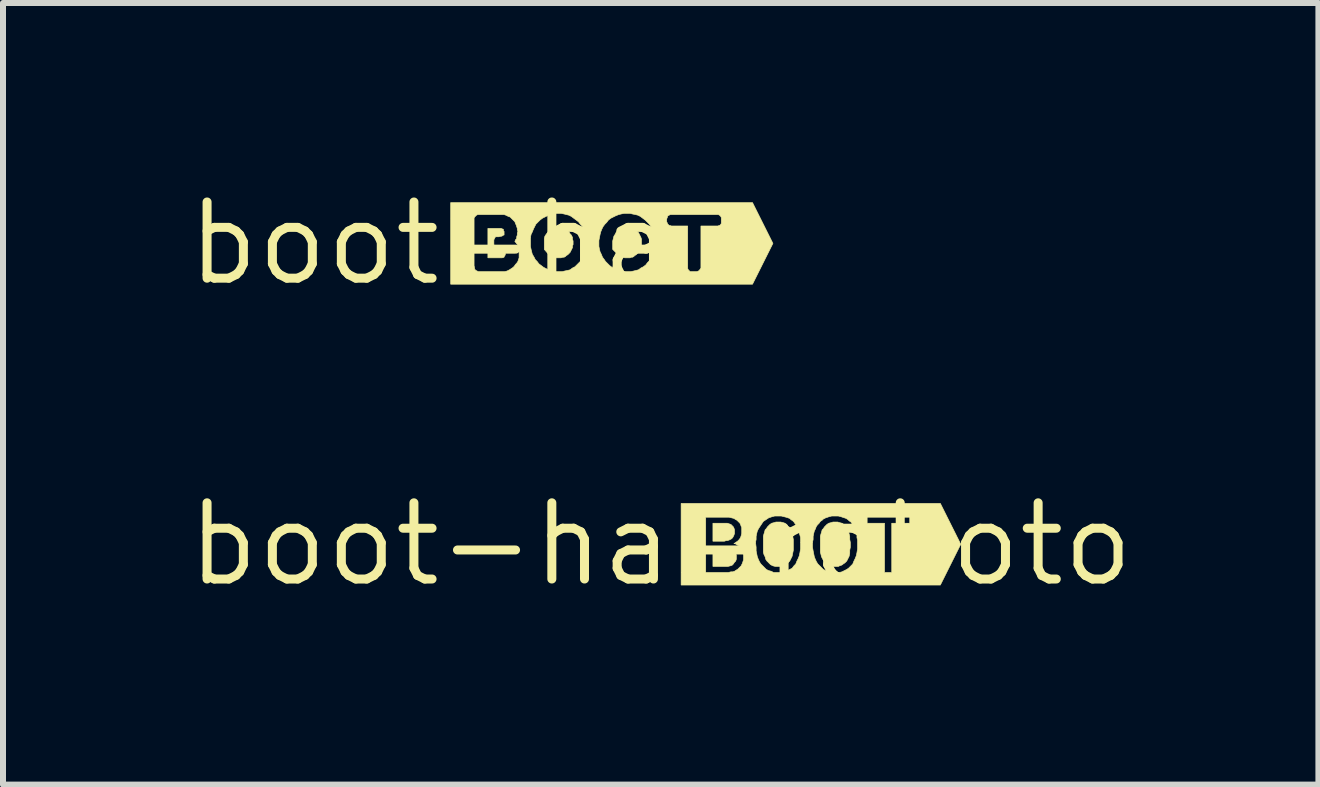
<source format=kicad_pcb>
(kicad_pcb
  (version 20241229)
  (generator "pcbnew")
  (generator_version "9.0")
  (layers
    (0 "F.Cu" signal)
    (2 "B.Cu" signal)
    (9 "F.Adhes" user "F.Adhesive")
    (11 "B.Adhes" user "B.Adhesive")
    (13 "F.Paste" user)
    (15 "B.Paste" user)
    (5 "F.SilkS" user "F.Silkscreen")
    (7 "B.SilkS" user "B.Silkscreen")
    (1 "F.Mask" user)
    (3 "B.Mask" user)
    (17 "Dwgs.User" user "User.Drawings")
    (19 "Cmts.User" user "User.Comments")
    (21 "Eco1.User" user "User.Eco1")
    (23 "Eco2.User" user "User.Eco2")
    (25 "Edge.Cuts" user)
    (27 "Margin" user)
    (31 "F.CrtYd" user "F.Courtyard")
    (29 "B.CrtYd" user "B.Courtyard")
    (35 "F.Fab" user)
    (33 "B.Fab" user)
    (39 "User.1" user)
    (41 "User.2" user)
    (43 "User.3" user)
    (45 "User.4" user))
  (footprint "boot-ha"
    (layer "F.Cu")
    (at 4.12 1.006)
    (property "Reference" "boot-ha" (at 0 0 0) (layer "F.SilkS") (effects (font (size 1.27 1.27) (thickness 0.15))))
    (attr board_only exclude_from_pos_files exclude_from_bom)
    (fp_poly (pts (xy 1.25 0.16) (xy 1.25 0.13) (xy 1.25 0.11) (xy 1.24 0.1) (xy 1.23 0.09) (xy 1.22 0.08) (xy 1.2 0.07) (xy 1.17 0.07) (xy 1.12 0.07) (xy 1.1 0.06) (xy 1.09 0.06) (xy 1.08 0.05) (xy 1.07 0.04) (xy 1.06 0.02) (xy 1.06 0) (xy 1.06 -0.03) (xy 1.06 -0.06) (xy 1.07 -0.08) (xy 1.08 -0.1) (xy 1.09 -0.11) (xy 1.11 -0.11) (xy 1.14 -0.11) (xy 1.18 -0.12) (xy 1.19 -0.12) (xy 1.21 -0.13) (xy 1.22 -0.14) (xy 1.23 -0.14) (xy 1.23 -0.2) (xy 1.22 -0.21) (xy 1.22 -0.23) (xy 1.21 -0.24) (xy 1.2 -0.24) (xy 1.18 -0.25) (xy 1.16 -0.25) (xy 0.96 -0.25) (xy 0.96 0.24) (xy 1.17 0.24) (xy 1.2 0.24) (xy 1.23 0.23) (xy 1.23 0.22) (xy 1.24 0.21) (xy 1.25 0.19) (xy 1.25 0.16)) (stroke (width 0.01) (type solid)) (fill yes) (layer "F.SilkS"))
    (fp_poly (pts (xy 1.9 0.1) (xy 1.97 0.18) (xy 2 0.19) (xy 2.03 0.22) (xy 2.07 0.23) (xy 2.09 0.24) (xy 2.11 0.24) (xy 2.14 0.24) (xy 2.16 0.24) (xy 2.18 0.24) (xy 2.21 0.23) (xy 2.23 0.23) (xy 2.25 0.22) (xy 2.27 0.2) (xy 2.29 0.19) (xy 2.31 0.17) (xy 2.33 0.15) (xy 2.34 0.13) (xy 2.35 0.11) (xy 2.36 0.09) (xy 2.37 0.07) (xy 2.37 0.04) (xy 2.38 0.02) (xy 2.38 -0.01) (xy 2.38 -0.04) (xy 2.37 -0.07) (xy 2.37 -0.1) (xy 2.36 -0.12) (xy 2.35 -0.14) (xy 2.33 -0.16) (xy 2.32 -0.18) (xy 2.29 -0.21) (xy 2.25 -0.24) (xy 2.23 -0.25) (xy 2.2 -0.26) (xy 2.18 -0.27) (xy 2.16 -0.27) (xy 2.14 -0.27) (xy 2.11 -0.27) (xy 2.09 -0.27) (xy 2.07 -0.26) (xy 2.03 -0.24) (xy 1.99 -0.22) (xy 1.96 -0.19) (xy 1.93 -0.15) (xy 1.91 -0.12) (xy 1.9 -0.08) (xy 1.9 -0.04) (xy 1.9 0.1)) (stroke (width 0.01) (type solid)) (fill yes) (layer "F.SilkS"))
    (fp_poly (pts (xy 3.04 0.1) (xy 3.12 0.18) (xy 3.14 0.19) (xy 3.18 0.22) (xy 3.21 0.23) (xy 3.24 0.24) (xy 3.26 0.24) (xy 3.28 0.24) (xy 3.31 0.24) (xy 3.33 0.24) (xy 3.35 0.23) (xy 3.37 0.23) (xy 3.39 0.22) (xy 3.41 0.2) (xy 3.43 0.19) (xy 3.45 0.17) (xy 3.47 0.15) (xy 3.48 0.13) (xy 3.5 0.11) (xy 3.5 0.09) (xy 3.51 0.07) (xy 3.52 0.04) (xy 3.52 0.02) (xy 3.52 -0.01) (xy 3.52 -0.04) (xy 3.52 -0.07) (xy 3.51 -0.1) (xy 3.5 -0.12) (xy 3.49 -0.14) (xy 3.48 -0.16) (xy 3.47 -0.18) (xy 3.43 -0.21) (xy 3.39 -0.24) (xy 3.37 -0.25) (xy 3.35 -0.26) (xy 3.33 -0.27) (xy 3.31 -0.27) (xy 3.28 -0.27) (xy 3.26 -0.27) (xy 3.24 -0.27) (xy 3.22 -0.26) (xy 3.18 -0.24) (xy 3.14 -0.22) (xy 3.1 -0.19) (xy 3.08 -0.15) (xy 3.06 -0.12) (xy 3.05 -0.08) (xy 3.04 -0.04) (xy 3.04 0.1)) (stroke (width 0.01) (type solid)) (fill yes) (layer "F.SilkS"))
    (fp_poly (pts (xy 0.68 -0.68) (xy 0.34 -0.68) (xy 0.34 0.68) (xy 5.37 0.68) (xy 5.71 0) (xy 5.37 -0.68) (xy 0.68 -0.68) (xy 0.77 -0.47) (xy 0.79 -0.48) (xy 0.83 -0.48) (xy 1.19 -0.48) (xy 1.23 -0.48) (xy 1.26 -0.47) (xy 1.3 -0.45) (xy 1.33 -0.44) (xy 1.35 -0.42) (xy 1.37 -0.4) (xy 1.41 -0.36) (xy 1.42 -0.33) (xy 1.43 -0.31) (xy 1.44 -0.28) (xy 1.45 -0.25) (xy 1.45 -0.23) (xy 1.46 -0.2) (xy 1.45 -0.17) (xy 1.45 -0.14) (xy 1.44 -0.11) (xy 1.44 -0.08) (xy 1.42 -0.06) (xy 1.41 -0.03) (xy 1.43 -0.01) (xy 1.45 0.02) (xy 1.46 0.05) (xy 1.47 0.08) (xy 1.48 0.11) (xy 1.68 0.1) (xy 1.67 0.05) (xy 1.67 0) (xy 1.67 -0.05) (xy 1.67 -0.1) (xy 1.68 -0.15) (xy 1.7 -0.19) (xy 1.72 -0.24) (xy 1.74 -0.28) (xy 1.76 -0.32) (xy 1.79 -0.35) (xy 1.83 -0.39) (xy 1.87 -0.42) (xy 1.91 -0.44) (xy 1.95 -0.46) (xy 1.99 -0.48) (xy 2.04 -0.49) (xy 2.08 -0.5) (xy 2.13 -0.5) (xy 2.18 -0.5) (xy 2.23 -0.49) (xy 2.27 -0.48) (xy 2.31 -0.47) (xy 2.35 -0.45) (xy 2.39 -0.42) (xy 2.43 -0.39) (xy 2.47 -0.36) (xy 2.5 -0.32) (xy 2.53 -0.29) (xy 2.55 -0.25) (xy 2.57 -0.21) (xy 2.59 -0.17) (xy 2.6 -0.12) (xy 2.6 -0.08) (xy 2.61 -0.03) (xy 2.81 0) (xy 2.81 -0.05) (xy 2.82 -0.1) (xy 2.83 -0.15) (xy 2.84 -0.19) (xy 2.86 -0.24) (xy 2.88 -0.28) (xy 2.91 -0.32) (xy 2.94 -0.35) (xy 2.97 -0.39) (xy 3.01 -0.42) (xy 3.05 -0.44) (xy 3.09 -0.46) (xy 3.14 -0.48) (xy 3.18 -0.49) (xy 3.23 -0.5) (xy 3.28 -0.5) (xy 3.33 -0.5) (xy 3.37 -0.49) (xy 3.42 -0.48) (xy 3.46 -0.47) (xy 3.5 -0.45) (xy 3.54 -0.42) (xy 3.58 -0.39) (xy 3.61 -0.36) (xy 3.65 -0.32) (xy 3.67 -0.29) (xy 3.7 -0.25) (xy 3.72 -0.21) (xy 3.95 -0.33) (xy 3.95 -0.34) (xy 3.94 -0.36) (xy 3.94 -0.38) (xy 3.94 -0.41) (xy 3.95 -0.43) (xy 3.95 -0.44) (xy 3.96 -0.46) (xy 3.98 -0.47) (xy 4 -0.48) (xy 4.04 -0.48) (xy 4.77 -0.48) (xy 4.8 -0.48) (xy 4.82 -0.47) (xy 4.83 -0.46) (xy 4.84 -0.45) (xy 4.85 -0.43) (xy 4.85 -0.4) (xy 4.85 -0.36) (xy 4.85 -0.33) (xy 4.84 -0.32) (xy 4.84 -0.31) (xy 4.82 -0.3) (xy 4.79 -0.29) (xy 4.76 -0.29) (xy 4.51 -0.29) (xy 4.51 0.38) (xy 4.51 0.41) (xy 4.49 0.44) (xy 4.48 0.45) (xy 4.47 0.46) (xy 4.44 0.47) (xy 4.41 0.47) (xy 4.37 0.47) (xy 4.33 0.47) (xy 4.32 0.46) (xy 4.31 0.45) (xy 4.3 0.44) (xy 4.29 0.42) (xy 4.29 0.41) (xy 4.29 -0.29) (xy 4.02 -0.29) (xy 3.99 -0.3) (xy 3.98 -0.3) (xy 3.97 -0.31) (xy 3.96 -0.32) (xy 3.95 -0.33) (xy 3.72 -0.21) (xy 3.73 -0.17) (xy 3.74 -0.12) (xy 3.75 -0.08) (xy 3.75 -0.03) (xy 3.75 0.02) (xy 3.75 0.07) (xy 3.74 0.12) (xy 3.72 0.16) (xy 3.7 0.21) (xy 3.68 0.25) (xy 3.65 0.29) (xy 3.62 0.32) (xy 3.59 0.36) (xy 3.55 0.39) (xy 3.51 0.41) (xy 3.47 0.44) (xy 3.43 0.45) (xy 3.39 0.46) (xy 3.34 0.47) (xy 3.29 0.47) (xy 3.24 0.47) (xy 3.2 0.47) (xy 3.15 0.46) (xy 3.11 0.44) (xy 3.07 0.42) (xy 3.03 0.4) (xy 2.99 0.37) (xy 2.96 0.34) (xy 2.92 0.3) (xy 2.9 0.27) (xy 2.87 0.23) (xy 2.85 0.18) (xy 2.83 0.14) (xy 2.82 0.1) (xy 2.81 0.05) (xy 2.81 0) (xy 2.61 -0.03) (xy 2.61 0.02) (xy 2.6 0.07) (xy 2.59 0.12) (xy 2.58 0.16) (xy 2.56 0.21) (xy 2.53 0.25) (xy 2.51 0.29) (xy 2.48 0.32) (xy 2.44 0.36) (xy 2.41 0.39) (xy 2.37 0.41) (xy 2.33 0.44) (xy 2.29 0.45) (xy 2.24 0.46) (xy 2.2 0.47) (xy 2.15 0.47) (xy 2.1 0.47) (xy 2.05 0.47) (xy 2.01 0.46) (xy 1.97 0.44) (xy 1.93 0.42) (xy 1.89 0.4) (xy 1.85 0.37) (xy 1.81 0.34) (xy 1.78 0.3) (xy 1.75 0.27) (xy 1.73 0.23) (xy 1.7 0.18) (xy 1.69 0.14) (xy 1.68 0.1) (xy 1.48 0.11) (xy 1.48 0.14) (xy 1.48 0.18) (xy 1.48 0.21) (xy 1.48 0.24) (xy 1.47 0.27) (xy 1.46 0.3) (xy 1.44 0.33) (xy 1.42 0.35) (xy 1.4 0.38) (xy 1.38 0.4) (xy 1.35 0.42) (xy 1.32 0.44) (xy 1.28 0.46) (xy 1.24 0.47) (xy 1.2 0.47) (xy 0.82 0.47) (xy 0.8 0.47) (xy 0.78 0.46) (xy 0.76 0.45) (xy 0.75 0.44) (xy 0.74 0.43) (xy 0.74 0.42) (xy 0.73 0.37) (xy 0.73 -0.41) (xy 0.73 -0.42) (xy 0.74 -0.44) (xy 0.75 -0.45) (xy 0.76 -0.46) (xy 0.77 -0.47) (xy 0.68 -0.68)) (stroke (width 0.01) (type solid)) (fill yes) (layer "F.SilkS")))
  (footprint "boot-ha-roboto"
    (layer "F.Cu")
    (at 7.96 6.019)
    (property "Reference" "boot-ha-roboto" (at 0 0 0) (layer "F.SilkS") (effects (font (size 1.27 1.27) (thickness 0.15))))
    (attr board_only exclude_from_pos_files exclude_from_bom)
    (fp_poly (pts (xy 0.87 -0.05) (xy 1.06 -0.05) (xy 1.09 -0.06) (xy 1.11 -0.06) (xy 1.14 -0.07) (xy 1.16 -0.08) (xy 1.18 -0.09) (xy 1.2 -0.11) (xy 1.21 -0.13) (xy 1.22 -0.15) (xy 1.23 -0.18) (xy 1.23 -0.21) (xy 1.23 -0.24) (xy 1.22 -0.27) (xy 1.21 -0.29) (xy 1.19 -0.31) (xy 1.17 -0.33) (xy 1.14 -0.34) (xy 1.11 -0.35) (xy 1.06 -0.35) (xy 0.87 -0.35) (xy 0.87 -0.05)) (stroke (width 0.01) (type solid)) (fill yes) (layer "F.SilkS"))
    (fp_poly (pts (xy 0.87 0.04) (xy 0.87 0.37) (xy 1.08 0.37) (xy 1.12 0.37) (xy 1.16 0.36) (xy 1.19 0.35) (xy 1.21 0.33) (xy 1.23 0.3) (xy 1.25 0.28) (xy 1.26 0.25) (xy 1.26 0.22) (xy 1.26 0.18) (xy 1.25 0.15) (xy 1.24 0.12) (xy 1.22 0.09) (xy 1.2 0.07) (xy 1.18 0.06) (xy 1.16 0.05) (xy 1.14 0.05) (xy 1.11 0.04) (xy 1.08 0.04) (xy 0.87 0.04)) (stroke (width 0.01) (type solid)) (fill yes) (layer "F.SilkS"))
    (fp_poly (pts (xy 2.21 -0.03) (xy 2.21 -0.08) (xy 2.2 -0.13) (xy 2.19 -0.17) (xy 2.18 -0.21) (xy 2.17 -0.25) (xy 2.15 -0.28) (xy 2.12 -0.3) (xy 2.1 -0.33) (xy 2.07 -0.35) (xy 2.04 -0.36) (xy 2 -0.37) (xy 1.96 -0.37) (xy 1.92 -0.37) (xy 1.89 -0.36) (xy 1.85 -0.35) (xy 1.82 -0.33) (xy 1.8 -0.31) (xy 1.78 -0.29) (xy 1.76 -0.26) (xy 1.74 -0.24) (xy 1.73 -0.2) (xy 1.72 -0.17) (xy 1.71 -0.13) (xy 1.71 -0.09) (xy 1.71 -0.05) (xy 1.71 0.05) (xy 1.71 0.09) (xy 1.71 0.13) (xy 1.72 0.17) (xy 1.74 0.21) (xy 1.75 0.25) (xy 1.77 0.28) (xy 1.8 0.31) (xy 1.83 0.34) (xy 1.87 0.36) (xy 1.91 0.37) (xy 1.94 0.37) (xy 1.96 0.37) (xy 1.99 0.37) (xy 2.01 0.37) (xy 2.04 0.36) (xy 2.06 0.35) (xy 2.08 0.34) (xy 2.1 0.33) (xy 2.12 0.31) (xy 2.15 0.28) (xy 2.17 0.24) (xy 2.19 0.2) (xy 2.2 0.15) (xy 2.21 0.1) (xy 2.21 0.05) (xy 2.21 -0.03)) (stroke (width 0.01) (type solid)) (fill yes) (layer "F.SilkS"))
    (fp_poly (pts (xy 3.16 -0.03) (xy 3.15 -0.08) (xy 3.15 -0.13) (xy 3.14 -0.17) (xy 3.13 -0.21) (xy 3.11 -0.25) (xy 3.09 -0.28) (xy 3.07 -0.3) (xy 3.05 -0.33) (xy 3.02 -0.35) (xy 2.98 -0.36) (xy 2.95 -0.37) (xy 2.91 -0.37) (xy 2.87 -0.37) (xy 2.84 -0.36) (xy 2.8 -0.35) (xy 2.77 -0.33) (xy 2.75 -0.31) (xy 2.73 -0.29) (xy 2.71 -0.26) (xy 2.69 -0.24) (xy 2.68 -0.2) (xy 2.67 -0.17) (xy 2.66 -0.13) (xy 2.66 -0.09) (xy 2.66 -0.05) (xy 2.66 0.05) (xy 2.66 0.09) (xy 2.66 0.13) (xy 2.67 0.17) (xy 2.68 0.21) (xy 2.7 0.25) (xy 2.72 0.28) (xy 2.75 0.31) (xy 2.78 0.34) (xy 2.82 0.36) (xy 2.86 0.37) (xy 2.89 0.37) (xy 2.91 0.37) (xy 2.94 0.37) (xy 2.96 0.37) (xy 2.98 0.36) (xy 3.01 0.35) (xy 3.03 0.34) (xy 3.04 0.33) (xy 3.07 0.31) (xy 3.1 0.28) (xy 3.12 0.24) (xy 3.14 0.2) (xy 3.15 0.15) (xy 3.15 0.1) (xy 3.16 0.05) (xy 3.16 -0.03)) (stroke (width 0.01) (type solid)) (fill yes) (layer "F.SilkS"))
    (fp_poly (pts (xy 0.68 -0.68) (xy 0.34 -0.68) (xy 0.34 0.68) (xy 4.66 0.68) (xy 5 0) (xy 4.66 -0.68) (xy 0.68 -0.68) (xy 0.75 -0.45) (xy 1.05 -0.45) (xy 1.1 -0.45) (xy 1.14 -0.45) (xy 1.18 -0.44) (xy 1.22 -0.43) (xy 1.25 -0.41) (xy 1.27 -0.4) (xy 1.29 -0.38) (xy 1.3 -0.37) (xy 1.32 -0.35) (xy 1.33 -0.33) (xy 1.34 -0.3) (xy 1.35 -0.28) (xy 1.35 -0.25) (xy 1.35 -0.21) (xy 1.35 -0.18) (xy 1.34 -0.14) (xy 1.33 -0.11) (xy 1.31 -0.08) (xy 1.28 -0.05) (xy 1.25 -0.03) (xy 1.22 -0.01) (xy 1.24 -0.01) (xy 1.27 0.01) (xy 1.29 0.02) (xy 1.31 0.03) (xy 1.33 0.05) (xy 1.34 0.07) (xy 1.36 0.1) (xy 1.37 0.12) (xy 1.37 0.15) (xy 1.59 0.11) (xy 1.59 0.05) (xy 1.58 -0.03) (xy 1.59 -0.08) (xy 1.59 -0.13) (xy 1.6 -0.18) (xy 1.61 -0.22) (xy 1.63 -0.26) (xy 1.65 -0.29) (xy 1.67 -0.32) (xy 1.69 -0.35) (xy 1.71 -0.38) (xy 1.74 -0.4) (xy 1.77 -0.42) (xy 1.8 -0.44) (xy 1.83 -0.45) (xy 1.86 -0.46) (xy 1.9 -0.47) (xy 1.94 -0.47) (xy 1.98 -0.47) (xy 2.01 -0.47) (xy 2.05 -0.46) (xy 2.09 -0.45) (xy 2.12 -0.44) (xy 2.15 -0.43) (xy 2.17 -0.41) (xy 2.2 -0.39) (xy 2.22 -0.37) (xy 2.24 -0.34) (xy 2.26 -0.32) (xy 2.27 -0.29) (xy 2.29 -0.25) (xy 2.3 -0.22) (xy 2.31 -0.18) (xy 2.32 -0.15) (xy 2.33 -0.11) (xy 2.33 -0.07) (xy 2.33 0.03) (xy 2.53 0.05) (xy 2.53 -0.03) (xy 2.54 -0.08) (xy 2.54 -0.13) (xy 2.55 -0.18) (xy 2.56 -0.22) (xy 2.58 -0.26) (xy 2.59 -0.29) (xy 2.61 -0.32) (xy 2.64 -0.35) (xy 2.66 -0.38) (xy 2.69 -0.4) (xy 2.71 -0.42) (xy 2.75 -0.44) (xy 2.78 -0.45) (xy 2.81 -0.46) (xy 2.85 -0.47) (xy 2.88 -0.47) (xy 2.92 -0.47) (xy 2.96 -0.47) (xy 3 -0.46) (xy 3.03 -0.45) (xy 3.06 -0.44) (xy 3.09 -0.43) (xy 3.12 -0.41) (xy 3.14 -0.39) (xy 3.17 -0.37) (xy 3.19 -0.34) (xy 3.21 -0.32) (xy 3.22 -0.29) (xy 3.24 -0.25) (xy 3.44 -0.35) (xy 3.44 -0.45) (xy 4.15 -0.45) (xy 4.15 -0.35) (xy 3.85 -0.35) (xy 3.85 0.47) (xy 3.73 0.47) (xy 3.73 -0.35) (xy 3.44 -0.35) (xy 3.24 -0.25) (xy 3.25 -0.22) (xy 3.26 -0.18) (xy 3.27 -0.15) (xy 3.27 -0.11) (xy 3.28 -0.07) (xy 3.28 0.03) (xy 3.28 0.08) (xy 3.27 0.14) (xy 3.26 0.19) (xy 3.24 0.24) (xy 3.22 0.28) (xy 3.2 0.33) (xy 3.17 0.36) (xy 3.13 0.4) (xy 3.1 0.42) (xy 3.06 0.44) (xy 3.02 0.46) (xy 2.98 0.47) (xy 2.93 0.47) (xy 2.88 0.47) (xy 2.83 0.47) (xy 2.78 0.45) (xy 2.75 0.44) (xy 2.71 0.42) (xy 2.68 0.39) (xy 2.65 0.36) (xy 2.62 0.33) (xy 2.6 0.3) (xy 2.58 0.26) (xy 2.56 0.21) (xy 2.55 0.16) (xy 2.54 0.11) (xy 2.53 0.05) (xy 2.33 0.03) (xy 2.33 0.08) (xy 2.32 0.14) (xy 2.31 0.19) (xy 2.29 0.24) (xy 2.27 0.28) (xy 2.25 0.33) (xy 2.22 0.36) (xy 2.19 0.4) (xy 2.15 0.42) (xy 2.11 0.44) (xy 2.07 0.46) (xy 2.03 0.47) (xy 1.98 0.47) (xy 1.93 0.47) (xy 1.88 0.47) (xy 1.84 0.45) (xy 1.8 0.44) (xy 1.76 0.42) (xy 1.73 0.39) (xy 1.7 0.36) (xy 1.67 0.33) (xy 1.65 0.3) (xy 1.63 0.26) (xy 1.61 0.21) (xy 1.6 0.16) (xy 1.59 0.11) (xy 1.37 0.15) (xy 1.38 0.18) (xy 1.38 0.2) (xy 1.38 0.24) (xy 1.38 0.26) (xy 1.37 0.29) (xy 1.36 0.32) (xy 1.35 0.34) (xy 1.34 0.36) (xy 1.32 0.38) (xy 1.3 0.4) (xy 1.28 0.42) (xy 1.26 0.43) (xy 1.23 0.45) (xy 1.2 0.46) (xy 1.17 0.46) (xy 1.13 0.47) (xy 1.09 0.47) (xy 0.75 0.47) (xy 0.75 -0.45) (xy 0.68 -0.68)) (stroke (width 0.01) (type solid)) (fill yes) (layer "F.SilkS")))
  (gr_rect
    (start -3 -3)
    (end 18.92 10.025)
    (stroke (width 0.1) (type default))
    (fill no)
    (layer "Edge.Cuts")))
</source>
